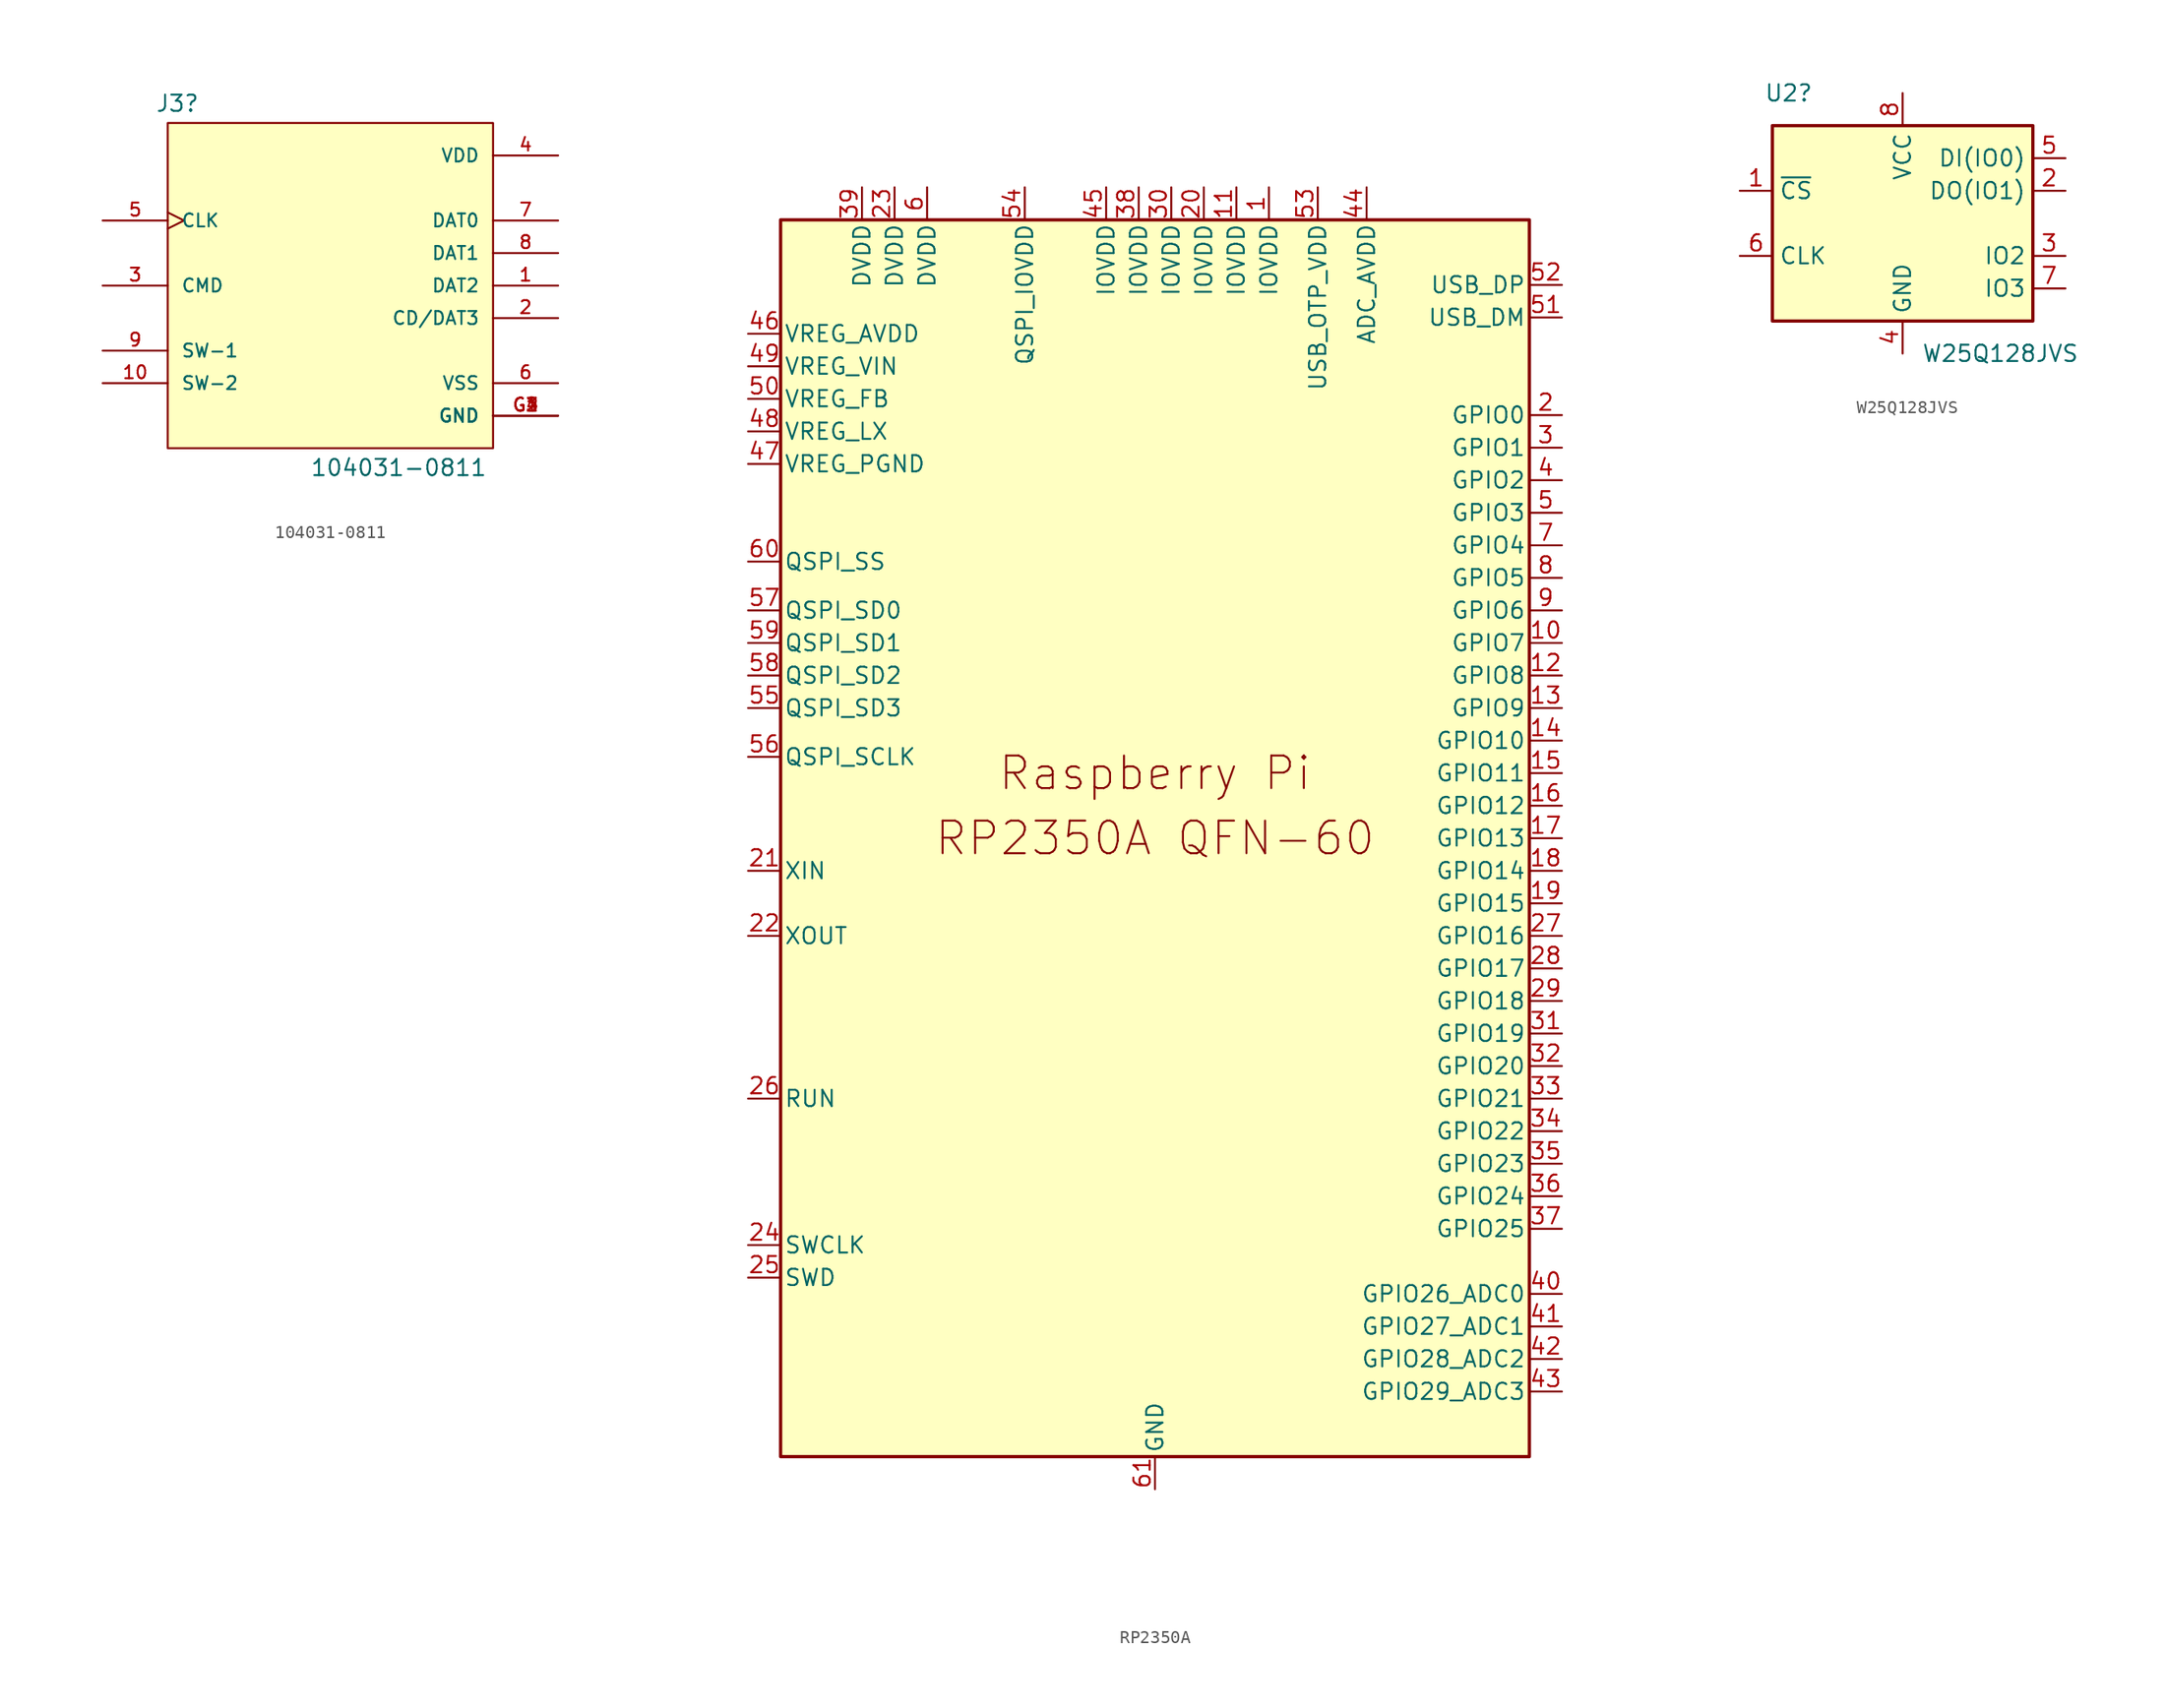
<source format=kicad_sym>
(kicad_symbol_lib
  (version 20241209)
  (generator "kicad_symbol_editor")
  (generator_version "9.0")
  (symbol "104031-0811"
    (pin_names
      (offset 1.016))
    (property "Reference" "J3"
      (at -11.938 14.224 0)
      (effects (font (size 1.27 1.27))))
    (property "Value" "104031-0811"
      (at 5.334 -14.224 0)
      (effects (font (size 1.27 1.27))))
    (symbol "104031-0811_0_0"
      (rectangle (start -12.7 -12.7) (end 12.7 12.7) (stroke (width 0.152) (type default)) (fill (type background)))
      (pin input clock (at -17.78 5.08 0) (length 5.08) (name "CLK" (effects (font (size 1.016 1.016)))) (number "5" (effects (font (size 1.016 1.016)))))
      (pin bidirectional line (at -17.78 0 0) (length 5.08) (name "CMD" (effects (font (size 1.016 1.016)))) (number "3" (effects (font (size 1.016 1.016)))))
      (pin passive line (at -17.78 -5.08 0) (length 5.08) (name "SW-1" (effects (font (size 1.016 1.016)))) (number "9" (effects (font (size 1.016 1.016)))))
      (pin passive line (at -17.78 -7.62 0) (length 5.08) (name "SW-2" (effects (font (size 1.016 1.016)))) (number "10" (effects (font (size 1.016 1.016)))))
      (pin power_in line (at 17.78 10.16 180) (length 5.08) (name "VDD" (effects (font (size 1.016 1.016)))) (number "4" (effects (font (size 1.016 1.016)))))
      (pin bidirectional line (at 17.78 5.08 180) (length 5.08) (name "DAT0" (effects (font (size 1.016 1.016)))) (number "7" (effects (font (size 1.016 1.016)))))
      (pin bidirectional line (at 17.78 2.54 180) (length 5.08) (name "DAT1" (effects (font (size 1.016 1.016)))) (number "8" (effects (font (size 1.016 1.016)))))
      (pin bidirectional line (at 17.78 0 180) (length 5.08) (name "DAT2" (effects (font (size 1.016 1.016)))) (number "1" (effects (font (size 1.016 1.016)))))
      (pin bidirectional line (at 17.78 -2.54 180) (length 5.08) (name "CD/DAT3" (effects (font (size 1.016 1.016)))) (number "2" (effects (font (size 1.016 1.016)))))
      (pin power_in line (at 17.78 -7.62 180) (length 5.08) (name "VSS" (effects (font (size 1.016 1.016)))) (number "6" (effects (font (size 1.016 1.016)))))
      (pin power_in line (at 17.78 -10.16 180) (length 5.08) (name "GND" (effects (font (size 1.016 1.016)))) (number "G1" (effects (font (size 1.016 1.016)))))
      (pin power_in line (at 17.78 -10.16 180) (length 5.08) (name "GND" (effects (font (size 1.016 1.016)))) (number "G2" (effects (font (size 1.016 1.016)))))
      (pin power_in line (at 17.78 -10.16 180) (length 5.08) (name "GND" (effects (font (size 1.016 1.016)))) (number "G3" (effects (font (size 1.016 1.016)))))
      (pin power_in line (at 17.78 -10.16 180) (length 5.08) (name "GND" (effects (font (size 1.016 1.016)))) (number "G4" (effects (font (size 1.016 1.016)))))))
  (symbol "RP2350A"
    (pin_names
      (offset 0.254))
    (property "Reference" "U"
      (at 30.48 10.16 0)
      (effects (font (size 1.524 1.524)) (hide yes)))
    (symbol "RP2350A_0_0"
      (text "Raspberry Pi" (at 0 2.54 0) (effects (font (size 2.54 2.54)))))
    (symbol "RP2350A_0_1"
      (rectangle (start 29.21 45.72) (end -29.21 -50.8) (stroke (width 0.254) (type default)) (fill (type background))))
    (symbol "RP2350A_1_0"
      (text "RP2350A QFN-60" (at 0 -2.54 0) (effects (font (size 2.54 2.54)))))
    (symbol "RP2350A_1_1"
      (pin power_in line (at -31.75 36.83 0) (length 2.54) (name "VREG_AVDD" (effects (font (size 1.27 1.27)))) (number "46" (effects (font (size 1.27 1.27)))))
      (pin power_in line (at -31.75 34.29 0) (length 2.54) (name "VREG_VIN" (effects (font (size 1.27 1.27)))) (number "49" (effects (font (size 1.27 1.27)))))
      (pin input line (at -31.75 31.75 0) (length 2.54) (name "VREG_FB" (effects (font (size 1.27 1.27)))) (number "50" (effects (font (size 1.27 1.27)))))
      (pin power_out line (at -31.75 29.21 0) (length 2.54) (name "VREG_LX" (effects (font (size 1.27 1.27)))) (number "48" (effects (font (size 1.27 1.27)))))
      (pin power_in line (at -31.75 26.67 0) (length 2.54) (name "VREG_PGND" (effects (font (size 1.27 1.27)))) (number "47" (effects (font (size 1.27 1.27)))))
      (pin bidirectional line (at -31.75 19.05 0) (length 2.54) (name "QSPI_SS" (effects (font (size 1.27 1.27)))) (number "60" (effects (font (size 1.27 1.27)))))
      (pin bidirectional line (at -31.75 15.24 0) (length 2.54) (name "QSPI_SD0" (effects (font (size 1.27 1.27)))) (number "57" (effects (font (size 1.27 1.27)))))
      (pin bidirectional line (at -31.75 12.7 0) (length 2.54) (name "QSPI_SD1" (effects (font (size 1.27 1.27)))) (number "59" (effects (font (size 1.27 1.27)))))
      (pin bidirectional line (at -31.75 10.16 0) (length 2.54) (name "QSPI_SD2" (effects (font (size 1.27 1.27)))) (number "58" (effects (font (size 1.27 1.27)))))
      (pin bidirectional line (at -31.75 7.62 0) (length 2.54) (name "QSPI_SD3" (effects (font (size 1.27 1.27)))) (number "55" (effects (font (size 1.27 1.27)))))
      (pin output line (at -31.75 3.81 0) (length 2.54) (name "QSPI_SCLK" (effects (font (size 1.27 1.27)))) (number "56" (effects (font (size 1.27 1.27)))))
      (pin input line (at -31.75 -5.08 0) (length 2.54) (name "XIN" (effects (font (size 1.27 1.27)))) (number "21" (effects (font (size 1.27 1.27)))))
      (pin passive line (at -31.75 -10.16 0) (length 2.54) (name "XOUT" (effects (font (size 1.27 1.27)))) (number "22" (effects (font (size 1.27 1.27)))))
      (pin input line (at -31.75 -22.86 0) (length 2.54) (name "RUN" (effects (font (size 1.27 1.27)))) (number "26" (effects (font (size 1.27 1.27)))))
      (pin output line (at -31.75 -34.29 0) (length 2.54) (name "SWCLK" (effects (font (size 1.27 1.27)))) (number "24" (effects (font (size 1.27 1.27)))))
      (pin bidirectional line (at -31.75 -36.83 0) (length 2.54) (name "SWD" (effects (font (size 1.27 1.27)))) (number "25" (effects (font (size 1.27 1.27)))))
      (pin power_in line (at -22.86 48.26 270) (length 2.54) (name "DVDD" (effects (font (size 1.27 1.27)))) (number "39" (effects (font (size 1.27 1.27)))))
      (pin power_in line (at -20.32 48.26 270) (length 2.54) (name "DVDD" (effects (font (size 1.27 1.27)))) (number "23" (effects (font (size 1.27 1.27)))))
      (pin power_in line (at -17.78 48.26 270) (length 2.54) (name "DVDD" (effects (font (size 1.27 1.27)))) (number "6" (effects (font (size 1.27 1.27)))))
      (pin power_in line (at -10.16 48.26 270) (length 2.54) (name "QSPI_IOVDD" (effects (font (size 1.27 1.27)))) (number "54" (effects (font (size 1.27 1.27)))))
      (pin power_in line (at -3.81 48.26 270) (length 2.54) (name "IOVDD" (effects (font (size 1.27 1.27)))) (number "45" (effects (font (size 1.27 1.27)))))
      (pin power_in line (at -1.27 48.26 270) (length 2.54) (name "IOVDD" (effects (font (size 1.27 1.27)))) (number "38" (effects (font (size 1.27 1.27)))))
      (pin power_in line (at 0 -53.34 90) (length 2.54) (name "GND" (effects (font (size 1.27 1.27)))) (number "61" (effects (font (size 1.27 1.27)))))
      (pin power_in line (at 1.27 48.26 270) (length 2.54) (name "IOVDD" (effects (font (size 1.27 1.27)))) (number "30" (effects (font (size 1.27 1.27)))))
      (pin power_in line (at 3.81 48.26 270) (length 2.54) (name "IOVDD" (effects (font (size 1.27 1.27)))) (number "20" (effects (font (size 1.27 1.27)))))
      (pin power_in line (at 6.35 48.26 270) (length 2.54) (name "IOVDD" (effects (font (size 1.27 1.27)))) (number "11" (effects (font (size 1.27 1.27)))))
      (pin power_in line (at 8.89 48.26 270) (length 2.54) (name "IOVDD" (effects (font (size 1.27 1.27)))) (number "1" (effects (font (size 1.27 1.27)))))
      (pin power_in line (at 12.7 48.26 270) (length 2.54) (name "USB_OTP_VDD" (effects (font (size 1.27 1.27)))) (number "53" (effects (font (size 1.27 1.27)))))
      (pin power_in line (at 16.51 48.26 270) (length 2.54) (name "ADC_AVDD" (effects (font (size 1.27 1.27)))) (number "44" (effects (font (size 1.27 1.27)))))
      (pin bidirectional line (at 31.75 40.64 180) (length 2.54) (name "USB_DP" (effects (font (size 1.27 1.27)))) (number "52" (effects (font (size 1.27 1.27)))))
      (pin bidirectional line (at 31.75 38.1 180) (length 2.54) (name "USB_DM" (effects (font (size 1.27 1.27)))) (number "51" (effects (font (size 1.27 1.27)))))
      (pin bidirectional line (at 31.75 30.48 180) (length 2.54) (name "GPIO0" (effects (font (size 1.27 1.27)))) (number "2" (effects (font (size 1.27 1.27)))))
      (pin bidirectional line (at 31.75 27.94 180) (length 2.54) (name "GPIO1" (effects (font (size 1.27 1.27)))) (number "3" (effects (font (size 1.27 1.27)))))
      (pin bidirectional line (at 31.75 25.4 180) (length 2.54) (name "GPIO2" (effects (font (size 1.27 1.27)))) (number "4" (effects (font (size 1.27 1.27)))))
      (pin bidirectional line (at 31.75 22.86 180) (length 2.54) (name "GPIO3" (effects (font (size 1.27 1.27)))) (number "5" (effects (font (size 1.27 1.27)))))
      (pin bidirectional line (at 31.75 20.32 180) (length 2.54) (name "GPIO4" (effects (font (size 1.27 1.27)))) (number "7" (effects (font (size 1.27 1.27)))))
      (pin bidirectional line (at 31.75 17.78 180) (length 2.54) (name "GPIO5" (effects (font (size 1.27 1.27)))) (number "8" (effects (font (size 1.27 1.27)))))
      (pin bidirectional line (at 31.75 15.24 180) (length 2.54) (name "GPIO6" (effects (font (size 1.27 1.27)))) (number "9" (effects (font (size 1.27 1.27)))))
      (pin bidirectional line (at 31.75 12.7 180) (length 2.54) (name "GPIO7" (effects (font (size 1.27 1.27)))) (number "10" (effects (font (size 1.27 1.27)))))
      (pin bidirectional line (at 31.75 10.16 180) (length 2.54) (name "GPIO8" (effects (font (size 1.27 1.27)))) (number "12" (effects (font (size 1.27 1.27)))))
      (pin bidirectional line (at 31.75 7.62 180) (length 2.54) (name "GPIO9" (effects (font (size 1.27 1.27)))) (number "13" (effects (font (size 1.27 1.27)))))
      (pin bidirectional line (at 31.75 5.08 180) (length 2.54) (name "GPIO10" (effects (font (size 1.27 1.27)))) (number "14" (effects (font (size 1.27 1.27)))))
      (pin bidirectional line (at 31.75 2.54 180) (length 2.54) (name "GPIO11" (effects (font (size 1.27 1.27)))) (number "15" (effects (font (size 1.27 1.27)))))
      (pin bidirectional line (at 31.75 0 180) (length 2.54) (name "GPIO12" (effects (font (size 1.27 1.27)))) (number "16" (effects (font (size 1.27 1.27)))))
      (pin bidirectional line (at 31.75 -2.54 180) (length 2.54) (name "GPIO13" (effects (font (size 1.27 1.27)))) (number "17" (effects (font (size 1.27 1.27)))))
      (pin bidirectional line (at 31.75 -5.08 180) (length 2.54) (name "GPIO14" (effects (font (size 1.27 1.27)))) (number "18" (effects (font (size 1.27 1.27)))))
      (pin bidirectional line (at 31.75 -7.62 180) (length 2.54) (name "GPIO15" (effects (font (size 1.27 1.27)))) (number "19" (effects (font (size 1.27 1.27)))))
      (pin bidirectional line (at 31.75 -10.16 180) (length 2.54) (name "GPIO16" (effects (font (size 1.27 1.27)))) (number "27" (effects (font (size 1.27 1.27)))))
      (pin bidirectional line (at 31.75 -12.7 180) (length 2.54) (name "GPIO17" (effects (font (size 1.27 1.27)))) (number "28" (effects (font (size 1.27 1.27)))))
      (pin bidirectional line (at 31.75 -15.24 180) (length 2.54) (name "GPIO18" (effects (font (size 1.27 1.27)))) (number "29" (effects (font (size 1.27 1.27)))))
      (pin bidirectional line (at 31.75 -17.78 180) (length 2.54) (name "GPIO19" (effects (font (size 1.27 1.27)))) (number "31" (effects (font (size 1.27 1.27)))))
      (pin bidirectional line (at 31.75 -20.32 180) (length 2.54) (name "GPIO20" (effects (font (size 1.27 1.27)))) (number "32" (effects (font (size 1.27 1.27)))))
      (pin bidirectional line (at 31.75 -22.86 180) (length 2.54) (name "GPIO21" (effects (font (size 1.27 1.27)))) (number "33" (effects (font (size 1.27 1.27)))))
      (pin bidirectional line (at 31.75 -25.4 180) (length 2.54) (name "GPIO22" (effects (font (size 1.27 1.27)))) (number "34" (effects (font (size 1.27 1.27)))))
      (pin bidirectional line (at 31.75 -27.94 180) (length 2.54) (name "GPIO23" (effects (font (size 1.27 1.27)))) (number "35" (effects (font (size 1.27 1.27)))))
      (pin bidirectional line (at 31.75 -30.48 180) (length 2.54) (name "GPIO24" (effects (font (size 1.27 1.27)))) (number "36" (effects (font (size 1.27 1.27)))))
      (pin bidirectional line (at 31.75 -33.02 180) (length 2.54) (name "GPIO25" (effects (font (size 1.27 1.27)))) (number "37" (effects (font (size 1.27 1.27)))))
      (pin bidirectional line (at 31.75 -38.1 180) (length 2.54) (name "GPIO26_ADC0" (effects (font (size 1.27 1.27)))) (number "40" (effects (font (size 1.27 1.27)))))
      (pin bidirectional line (at 31.75 -40.64 180) (length 2.54) (name "GPIO27_ADC1" (effects (font (size 1.27 1.27)))) (number "41" (effects (font (size 1.27 1.27)))))
      (pin bidirectional line (at 31.75 -43.18 180) (length 2.54) (name "GPIO28_ADC2" (effects (font (size 1.27 1.27)))) (number "42" (effects (font (size 1.27 1.27)))))
      (pin bidirectional line (at 31.75 -45.72 180) (length 2.54) (name "GPIO29_ADC3" (effects (font (size 1.27 1.27)))) (number "43" (effects (font (size 1.27 1.27)))))))
  (symbol "W25Q128JVS"
    (property "Reference" "U2"
      (at -8.89 10.16 0)
      (effects (font (size 1.27 1.27))))
    (property "Value" "W25Q128JVS"
      (at 7.62 -10.16 0)
      (effects (font (size 1.27 1.27))))
    (symbol "W25Q128JVS_0_1"
      (rectangle (start -10.16 7.62) (end 10.16 -7.62) (stroke (width 0.254) (type default)) (fill (type background))))
    (symbol "W25Q128JVS_1_1"
      (pin input line (at -12.7 2.54 0) (length 2.54) (name "~{CS}" (effects (font (size 1.27 1.27)))) (number "1" (effects (font (size 1.27 1.27)))))
      (pin input line (at -12.7 -2.54 0) (length 2.54) (name "CLK" (effects (font (size 1.27 1.27)))) (number "6" (effects (font (size 1.27 1.27)))))
      (pin power_in line (at 0 10.16 270) (length 2.54) (name "VCC" (effects (font (size 1.27 1.27)))) (number "8" (effects (font (size 1.27 1.27)))))
      (pin power_in line (at 0 -10.16 90) (length 2.54) (name "GND" (effects (font (size 1.27 1.27)))) (number "4" (effects (font (size 1.27 1.27)))))
      (pin bidirectional line (at 12.7 5.08 180) (length 2.54) (name "DI(IO0)" (effects (font (size 1.27 1.27)))) (number "5" (effects (font (size 1.27 1.27)))))
      (pin bidirectional line (at 12.7 2.54 180) (length 2.54) (name "DO(IO1)" (effects (font (size 1.27 1.27)))) (number "2" (effects (font (size 1.27 1.27)))))
      (pin bidirectional line (at 12.7 -2.54 180) (length 2.54) (name "IO2" (effects (font (size 1.27 1.27)))) (number "3" (effects (font (size 1.27 1.27)))))
      (pin bidirectional line (at 12.7 -5.08 180) (length 2.54) (name "IO3" (effects (font (size 1.27 1.27)))) (number "7" (effects (font (size 1.27 1.27))))))))
</source>
